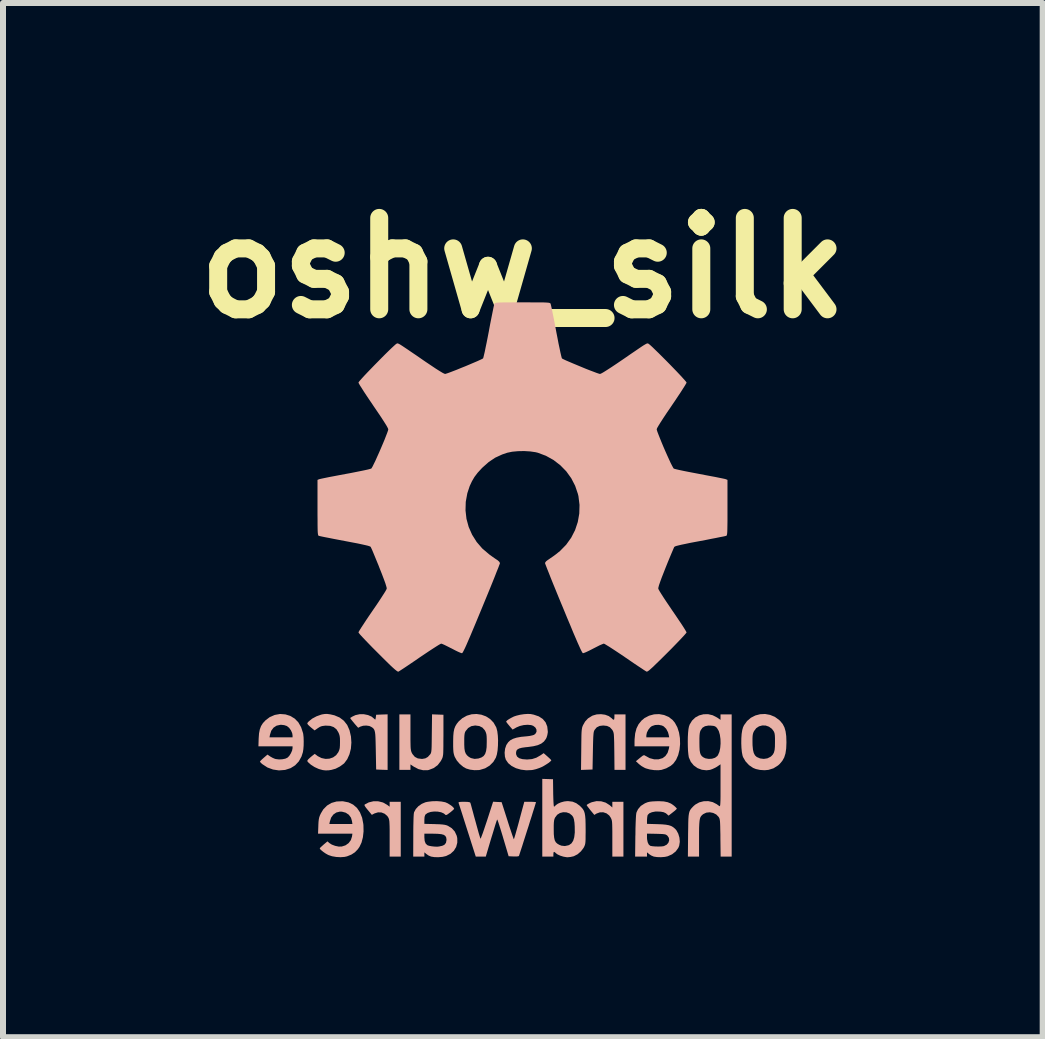
<source format=kicad_pcb>
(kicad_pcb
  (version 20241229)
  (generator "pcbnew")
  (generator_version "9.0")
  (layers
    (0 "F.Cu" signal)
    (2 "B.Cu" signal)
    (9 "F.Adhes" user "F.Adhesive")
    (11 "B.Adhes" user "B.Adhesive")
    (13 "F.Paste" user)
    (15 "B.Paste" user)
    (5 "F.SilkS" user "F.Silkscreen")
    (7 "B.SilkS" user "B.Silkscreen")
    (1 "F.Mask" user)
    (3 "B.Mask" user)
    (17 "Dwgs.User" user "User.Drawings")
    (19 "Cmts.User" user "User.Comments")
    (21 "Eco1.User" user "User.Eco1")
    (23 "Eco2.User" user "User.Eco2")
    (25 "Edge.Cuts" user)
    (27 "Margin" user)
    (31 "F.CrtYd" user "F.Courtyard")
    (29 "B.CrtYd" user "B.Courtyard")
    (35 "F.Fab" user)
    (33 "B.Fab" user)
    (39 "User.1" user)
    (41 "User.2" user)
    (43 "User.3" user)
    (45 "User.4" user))
  (footprint "oshw_silk"
    (layer "F.Cu")
    (at 5.668 6.618)
    (property "Reference" "oshw_silk" (at 0 -5.2 0) (layer "F.SilkS") (effects (font (size 1.524 1.524) (thickness 0.3))))
    (attr board_only exclude_from_pos_files exclude_from_bom)
    (fp_poly (pts (xy -2.569 3.711) (xy -2.636 3.746) (xy -2.641 3.755) (xy -2.636 3.77) (xy -2.618 3.797) (xy -2.587 3.836) (xy -2.585 3.838) (xy -2.518 3.919) (xy -2.473 3.895) (xy -2.415 3.877) (xy -2.357 3.879) (xy -2.303 3.901) (xy -2.259 3.94) (xy -2.241 3.968) (xy -2.235 3.983) (xy -2.23 4.001) (xy -2.226 4.026) (xy -2.224 4.06) (xy -2.222 4.107) (xy -2.221 4.17) (xy -2.221 4.251) (xy -2.221 4.311) (xy -2.221 4.615) (xy -2.036 4.615) (xy -2.036 3.701) (xy -2.221 3.701) (xy -2.221 3.783) (xy -2.261 3.753) (xy -2.331 3.713) (xy -2.41 3.693) (xy -2.49 3.692)) (stroke (width 0) (type solid)) (fill yes) (layer "B.SilkS"))
    (fp_poly (pts (xy 1.15 3.708) (xy 1.125 3.718) (xy 1.092 3.735) (xy 1.07 3.749) (xy 1.064 3.756) (xy 1.071 3.769) (xy 1.09 3.794) (xy 1.116 3.828) (xy 1.128 3.843) (xy 1.192 3.92) (xy 1.229 3.897) (xy 1.284 3.877) (xy 1.341 3.876) (xy 1.395 3.894) (xy 1.44 3.929) (xy 1.466 3.967) (xy 1.474 3.984) (xy 1.48 4) (xy 1.485 4.02) (xy 1.488 4.047) (xy 1.49 4.082) (xy 1.491 4.131) (xy 1.492 4.195) (xy 1.492 4.277) (xy 1.492 4.317) (xy 1.492 4.615) (xy 1.677 4.615) (xy 1.677 3.701) (xy 1.492 3.701) (xy 1.492 3.796) (xy 1.446 3.756) (xy 1.381 3.715) (xy 1.307 3.693) (xy 1.228 3.69)) (stroke (width 0) (type solid)) (fill yes) (layer "B.SilkS"))
    (fp_poly (pts (xy -2.722 2.241) (xy -2.791 2.256) (xy -2.842 2.28) (xy -2.88 2.304) (xy -2.858 2.335) (xy -2.837 2.361) (xy -2.809 2.395) (xy -2.791 2.416) (xy -2.746 2.467) (xy -2.71 2.448) (xy -2.663 2.433) (xy -2.61 2.43) (xy -2.56 2.437) (xy -2.53 2.451) (xy -2.509 2.464) (xy -2.493 2.478) (xy -2.481 2.494) (xy -2.472 2.515) (xy -2.465 2.544) (xy -2.46 2.584) (xy -2.457 2.638) (xy -2.455 2.707) (xy -2.453 2.796) (xy -2.452 2.845) (xy -2.446 3.163) (xy -2.351 3.167) (xy -2.255 3.17) (xy -2.255 2.243) (xy -2.351 2.246) (xy -2.446 2.25) (xy -2.452 2.295) (xy -2.457 2.323) (xy -2.462 2.331) (xy -2.472 2.323) (xy -2.474 2.321) (xy -2.52 2.282) (xy -2.581 2.255) (xy -2.65 2.241)) (stroke (width 0) (type solid)) (fill yes) (layer "B.SilkS"))
    (fp_poly (pts (xy -1.518 2.561) (xy -1.519 2.655) (xy -1.52 2.729) (xy -1.521 2.786) (xy -1.523 2.828) (xy -1.526 2.858) (xy -1.53 2.879) (xy -1.535 2.893) (xy -1.541 2.905) (xy -1.545 2.91) (xy -1.584 2.953) (xy -1.626 2.977) (xy -1.677 2.986) (xy -1.686 2.986) (xy -1.751 2.978) (xy -1.801 2.952) (xy -1.839 2.907) (xy -1.848 2.892) (xy -1.856 2.875) (xy -1.862 2.858) (xy -1.866 2.839) (xy -1.87 2.812) (xy -1.872 2.777) (xy -1.873 2.728) (xy -1.874 2.665) (xy -1.874 2.582) (xy -1.874 2.542) (xy -1.874 2.244) (xy -2.059 2.244) (xy -2.059 3.169) (xy -1.874 3.169) (xy -1.874 3.078) (xy -1.816 3.117) (xy -1.741 3.156) (xy -1.662 3.175) (xy -1.585 3.174) (xy -1.567 3.17) (xy -1.487 3.139) (xy -1.42 3.09) (xy -1.368 3.022) (xy -1.351 2.99) (xy -1.343 2.973) (xy -1.337 2.956) (xy -1.333 2.936) (xy -1.329 2.911) (xy -1.327 2.878) (xy -1.326 2.833) (xy -1.325 2.774) (xy -1.325 2.698) (xy -1.324 2.603) (xy -1.324 2.591) (xy -1.324 2.25) (xy -1.514 2.243)) (stroke (width 0) (type solid)) (fill yes) (layer "B.SilkS"))
    (fp_poly (pts (xy 1.231 2.244) (xy 1.165 2.263) (xy 1.151 2.27) (xy 1.086 2.311) (xy 1.038 2.363) (xy 1.004 2.423) (xy 0.996 2.441) (xy 0.99 2.458) (xy 0.986 2.478) (xy 0.982 2.504) (xy 0.979 2.539) (xy 0.977 2.585) (xy 0.976 2.645) (xy 0.975 2.723) (xy 0.974 2.821) (xy 0.974 2.826) (xy 0.97 3.17) (xy 1.162 3.163) (xy 1.168 2.851) (xy 1.17 2.757) (xy 1.172 2.682) (xy 1.174 2.625) (xy 1.177 2.583) (xy 1.18 2.552) (xy 1.184 2.531) (xy 1.19 2.515) (xy 1.196 2.503) (xy 1.232 2.46) (xy 1.281 2.436) (xy 1.341 2.429) (xy 1.403 2.436) (xy 1.451 2.458) (xy 1.489 2.499) (xy 1.494 2.507) (xy 1.502 2.521) (xy 1.508 2.535) (xy 1.513 2.552) (xy 1.517 2.576) (xy 1.519 2.609) (xy 1.521 2.654) (xy 1.523 2.714) (xy 1.524 2.792) (xy 1.525 2.86) (xy 1.528 3.169) (xy 1.712 3.169) (xy 1.712 2.244) (xy 1.527 2.244) (xy 1.527 2.29) (xy 1.524 2.323) (xy 1.516 2.334) (xy 1.498 2.325) (xy 1.481 2.308) (xy 1.433 2.272) (xy 1.371 2.249) (xy 1.302 2.24)) (stroke (width 0) (type solid)) (fill yes) (layer "B.SilkS"))
    (fp_poly (pts (xy 2.188 2.243) (xy 2.106 2.265) (xy 2.03 2.304) (xy 1.98 2.346) (xy 1.93 2.407) (xy 1.895 2.477) (xy 1.873 2.56) (xy 1.863 2.659) (xy 1.862 2.704) (xy 1.862 2.776) (xy 2.442 2.776) (xy 2.434 2.819) (xy 2.413 2.886) (xy 2.377 2.938) (xy 2.331 2.973) (xy 2.263 2.993) (xy 2.19 2.993) (xy 2.116 2.974) (xy 2.047 2.937) (xy 2.041 2.933) (xy 2.028 2.925) (xy 2.014 2.925) (xy 1.995 2.935) (xy 1.966 2.958) (xy 1.951 2.97) (xy 1.885 3.025) (xy 1.937 3.073) (xy 1.978 3.105) (xy 2.025 3.132) (xy 2.051 3.144) (xy 2.116 3.162) (xy 2.189 3.173) (xy 2.26 3.175) (xy 2.312 3.169) (xy 2.391 3.143) (xy 2.464 3.103) (xy 2.507 3.067) (xy 2.555 3.002) (xy 2.59 2.923) (xy 2.612 2.834) (xy 2.622 2.738) (xy 2.619 2.641) (xy 2.617 2.626) (xy 2.44 2.626) (xy 2.059 2.626) (xy 2.059 2.593) (xy 2.068 2.548) (xy 2.091 2.501) (xy 2.124 2.46) (xy 2.151 2.439) (xy 2.205 2.421) (xy 2.264 2.418) (xy 2.319 2.429) (xy 2.349 2.444) (xy 2.39 2.484) (xy 2.42 2.541) (xy 2.433 2.588) (xy 2.44 2.626) (xy 2.617 2.626) (xy 2.604 2.546) (xy 2.576 2.459) (xy 2.535 2.383) (xy 2.497 2.337) (xy 2.431 2.286) (xy 2.355 2.254) (xy 2.272 2.239)) (stroke (width 0) (type solid)) (fill yes) (layer "B.SilkS"))
    (fp_poly (pts (xy -3.106 3.696) (xy -3.191 3.72) (xy -3.265 3.764) (xy -3.327 3.827) (xy -3.367 3.893) (xy -3.384 3.929) (xy -3.395 3.96) (xy -3.402 3.993) (xy -3.407 4.035) (xy -3.41 4.092) (xy -3.41 4.102) (xy -3.415 4.233) (xy -2.842 4.233) (xy -2.849 4.281) (xy -2.868 4.34) (xy -2.905 4.39) (xy -2.957 4.427) (xy -3.019 4.447) (xy -3.07 4.448) (xy -3.129 4.436) (xy -3.185 4.415) (xy -3.225 4.39) (xy -3.258 4.361) (xy -3.321 4.414) (xy -3.352 4.442) (xy -3.376 4.464) (xy -3.386 4.476) (xy -3.387 4.476) (xy -3.381 4.49) (xy -3.359 4.511) (xy -3.327 4.537) (xy -3.289 4.563) (xy -3.25 4.585) (xy -3.239 4.59) (xy -3.182 4.609) (xy -3.112 4.621) (xy -3.04 4.625) (xy -2.973 4.62) (xy -2.932 4.611) (xy -2.858 4.581) (xy -2.8 4.543) (xy -2.752 4.493) (xy -2.724 4.453) (xy -2.69 4.381) (xy -2.667 4.293) (xy -2.656 4.195) (xy -2.658 4.093) (xy -2.66 4.073) (xy -2.66 4.071) (xy -2.842 4.071) (xy -3.226 4.071) (xy -3.219 4.034) (xy -3.197 3.965) (xy -3.16 3.914) (xy -3.111 3.88) (xy -3.051 3.865) (xy -3.016 3.866) (xy -2.953 3.883) (xy -2.902 3.917) (xy -2.866 3.966) (xy -2.849 4.023) (xy -2.842 4.071) (xy -2.66 4.071) (xy -2.68 3.967) (xy -2.716 3.877) (xy -2.766 3.803) (xy -2.83 3.748) (xy -2.907 3.711) (xy -2.997 3.693) (xy -3.009 3.692)) (stroke (width 0) (type solid)) (fill yes) (layer "B.SilkS"))
    (fp_poly (pts (xy -4.137 2.253) (xy -4.22 2.289) (xy -4.29 2.342) (xy -4.334 2.389) (xy -4.365 2.438) (xy -4.386 2.494) (xy -4.399 2.562) (xy -4.405 2.646) (xy -4.409 2.776) (xy -3.84 2.776) (xy -3.84 2.808) (xy -3.848 2.848) (xy -3.868 2.893) (xy -3.895 2.936) (xy -3.924 2.965) (xy -3.96 2.982) (xy -4.01 2.992) (xy -4.064 2.995) (xy -4.115 2.989) (xy -4.133 2.985) (xy -4.171 2.969) (xy -4.21 2.947) (xy -4.216 2.943) (xy -4.258 2.914) (xy -4.321 2.968) (xy -4.352 2.996) (xy -4.374 3.018) (xy -4.384 3.031) (xy -4.384 3.031) (xy -4.376 3.043) (xy -4.355 3.064) (xy -4.343 3.074) (xy -4.259 3.129) (xy -4.166 3.163) (xy -4.067 3.178) (xy -3.967 3.17) (xy -3.962 3.169) (xy -3.872 3.14) (xy -3.797 3.093) (xy -3.736 3.028) (xy -3.691 2.947) (xy -3.668 2.875) (xy -3.66 2.826) (xy -3.655 2.762) (xy -3.654 2.693) (xy -3.656 2.626) (xy -3.656 2.626) (xy -3.84 2.626) (xy -4.224 2.626) (xy -4.216 2.582) (xy -4.195 2.516) (xy -4.157 2.465) (xy -4.107 2.432) (xy -4.045 2.418) (xy -4.032 2.417) (xy -3.979 2.423) (xy -3.934 2.438) (xy -3.933 2.439) (xy -3.897 2.468) (xy -3.866 2.511) (xy -3.846 2.558) (xy -3.84 2.593) (xy -3.84 2.626) (xy -3.656 2.626) (xy -3.662 2.571) (xy -3.665 2.556) (xy -3.697 2.458) (xy -3.743 2.377) (xy -3.804 2.314) (xy -3.879 2.269) (xy -3.958 2.244) (xy -4.049 2.237)) (stroke (width 0) (type solid)) (fill yes) (layer "B.SilkS"))
    (fp_poly (pts (xy -3.304 2.237) (xy -3.347 2.244) (xy -3.366 2.249) (xy -3.441 2.276) (xy -3.512 2.314) (xy -3.569 2.36) (xy -3.574 2.365) (xy -3.591 2.385) (xy -3.594 2.399) (xy -3.582 2.415) (xy -3.579 2.419) (xy -3.556 2.441) (xy -3.525 2.468) (xy -3.514 2.477) (xy -3.472 2.511) (xy -3.418 2.473) (xy -3.383 2.451) (xy -3.35 2.439) (xy -3.308 2.433) (xy -3.287 2.431) (xy -3.213 2.435) (xy -3.155 2.455) (xy -3.108 2.492) (xy -3.078 2.54) (xy -3.064 2.571) (xy -3.055 2.602) (xy -3.05 2.639) (xy -3.049 2.69) (xy -3.049 2.707) (xy -3.05 2.763) (xy -3.053 2.805) (xy -3.061 2.837) (xy -3.074 2.868) (xy -3.075 2.871) (xy -3.113 2.924) (xy -3.164 2.961) (xy -3.225 2.982) (xy -3.29 2.986) (xy -3.357 2.972) (xy -3.42 2.94) (xy -3.429 2.933) (xy -3.47 2.902) (xy -3.514 2.936) (xy -3.545 2.962) (xy -3.572 2.987) (xy -3.579 2.994) (xy -3.593 3.013) (xy -3.592 3.027) (xy -3.579 3.043) (xy -3.533 3.084) (xy -3.473 3.122) (xy -3.408 3.152) (xy -3.386 3.159) (xy -3.334 3.173) (xy -3.287 3.178) (xy -3.236 3.176) (xy -3.192 3.169) (xy -3.121 3.149) (xy -3.051 3.113) (xy -2.989 3.068) (xy -2.977 3.057) (xy -2.928 2.991) (xy -2.891 2.909) (xy -2.867 2.815) (xy -2.859 2.714) (xy -2.866 2.613) (xy -2.89 2.508) (xy -2.929 2.42) (xy -2.984 2.35) (xy -3.055 2.296) (xy -3.142 2.259) (xy -3.212 2.243) (xy -3.263 2.236)) (stroke (width 0) (type solid)) (fill yes) (layer "B.SilkS"))
    (fp_poly (pts (xy 3.956 2.241) (xy 3.876 2.262) (xy 3.802 2.3) (xy 3.739 2.354) (xy 3.688 2.424) (xy 3.671 2.46) (xy 3.658 2.507) (xy 3.648 2.57) (xy 3.643 2.645) (xy 3.642 2.724) (xy 3.645 2.802) (xy 3.652 2.873) (xy 3.663 2.93) (xy 3.671 2.955) (xy 3.713 3.027) (xy 3.77 3.089) (xy 3.839 3.136) (xy 3.886 3.155) (xy 3.955 3.17) (xy 4.03 3.175) (xy 4.095 3.169) (xy 4.179 3.143) (xy 4.255 3.095) (xy 4.283 3.07) (xy 4.326 3.019) (xy 4.358 2.962) (xy 4.379 2.895) (xy 4.391 2.813) (xy 4.395 2.714) (xy 4.395 2.707) (xy 4.204 2.707) (xy 4.203 2.781) (xy 4.198 2.837) (xy 4.187 2.879) (xy 4.17 2.911) (xy 4.145 2.938) (xy 4.128 2.952) (xy 4.077 2.977) (xy 4.017 2.986) (xy 3.955 2.978) (xy 3.9 2.954) (xy 3.9 2.954) (xy 3.871 2.927) (xy 3.85 2.887) (xy 3.837 2.833) (xy 3.83 2.76) (xy 3.829 2.706) (xy 3.829 2.645) (xy 3.831 2.602) (xy 3.836 2.57) (xy 3.844 2.545) (xy 3.855 2.522) (xy 3.891 2.474) (xy 3.938 2.443) (xy 3.993 2.428) (xy 4.05 2.43) (xy 4.104 2.449) (xy 4.152 2.484) (xy 4.181 2.522) (xy 4.191 2.542) (xy 4.198 2.565) (xy 4.202 2.595) (xy 4.204 2.639) (xy 4.204 2.7) (xy 4.204 2.707) (xy 4.395 2.707) (xy 4.392 2.608) (xy 4.381 2.527) (xy 4.362 2.461) (xy 4.333 2.405) (xy 4.292 2.355) (xy 4.274 2.338) (xy 4.202 2.285) (xy 4.122 2.252) (xy 4.039 2.237)) (stroke (width 0) (type solid)) (fill yes) (layer "B.SilkS"))
    (fp_poly (pts (xy -0.854 2.242) (xy -0.934 2.265) (xy -1.009 2.307) (xy -1.069 2.36) (xy -1.102 2.401) (xy -1.126 2.441) (xy -1.143 2.485) (xy -1.154 2.538) (xy -1.16 2.604) (xy -1.162 2.687) (xy -1.162 2.712) (xy -1.162 2.782) (xy -1.16 2.834) (xy -1.157 2.873) (xy -1.151 2.904) (xy -1.143 2.932) (xy -1.136 2.951) (xy -1.102 3.012) (xy -1.052 3.07) (xy -0.993 3.119) (xy -0.945 3.146) (xy -0.881 3.165) (xy -0.807 3.174) (xy -0.733 3.172) (xy -0.715 3.169) (xy -0.629 3.143) (xy -0.554 3.098) (xy -0.492 3.036) (xy -0.45 2.965) (xy -0.433 2.912) (xy -0.421 2.843) (xy -0.415 2.763) (xy -0.414 2.706) (xy -0.602 2.706) (xy -0.604 2.791) (xy -0.613 2.855) (xy -0.629 2.903) (xy -0.654 2.938) (xy -0.69 2.962) (xy -0.737 2.978) (xy -0.737 2.979) (xy -0.805 2.986) (xy -0.866 2.972) (xy -0.901 2.952) (xy -0.931 2.926) (xy -0.952 2.897) (xy -0.966 2.861) (xy -0.974 2.813) (xy -0.977 2.749) (xy -0.977 2.707) (xy -0.977 2.644) (xy -0.975 2.599) (xy -0.971 2.567) (xy -0.965 2.544) (xy -0.955 2.523) (xy -0.954 2.522) (xy -0.912 2.471) (xy -0.859 2.44) (xy -0.795 2.429) (xy -0.793 2.429) (xy -0.726 2.438) (xy -0.674 2.464) (xy -0.635 2.508) (xy -0.627 2.522) (xy -0.616 2.547) (xy -0.608 2.574) (xy -0.604 2.607) (xy -0.602 2.652) (xy -0.602 2.706) (xy -0.414 2.706) (xy -0.413 2.68) (xy -0.417 2.599) (xy -0.426 2.525) (xy -0.441 2.467) (xy -0.445 2.457) (xy -0.488 2.381) (xy -0.546 2.321) (xy -0.614 2.277) (xy -0.691 2.249) (xy -0.772 2.237)) (stroke (width 0) (type solid)) (fill yes) (layer "B.SilkS"))
    (fp_poly (pts (xy 0.324 4.615) (xy 0.509 4.615) (xy 0.509 4.575) (xy 0.512 4.544) (xy 0.522 4.536) (xy 0.541 4.548) (xy 0.549 4.557) (xy 0.579 4.579) (xy 0.625 4.6) (xy 0.677 4.616) (xy 0.728 4.625) (xy 0.749 4.626) (xy 0.795 4.621) (xy 0.841 4.611) (xy 0.851 4.608) (xy 0.913 4.576) (xy 0.969 4.527) (xy 1.012 4.47) (xy 1.02 4.456) (xy 1.029 4.436) (xy 1.036 4.417) (xy 1.041 4.394) (xy 1.044 4.365) (xy 1.046 4.325) (xy 1.046 4.27) (xy 1.047 4.214) (xy 0.866 4.214) (xy 0.857 4.292) (xy 0.839 4.351) (xy 0.811 4.394) (xy 0.773 4.421) (xy 0.761 4.426) (xy 0.701 4.439) (xy 0.644 4.433) (xy 0.606 4.418) (xy 0.573 4.398) (xy 0.549 4.375) (xy 0.532 4.343) (xy 0.522 4.299) (xy 0.516 4.24) (xy 0.515 4.161) (xy 0.515 4.158) (xy 0.515 4.093) (xy 0.517 4.047) (xy 0.521 4.013) (xy 0.527 3.988) (xy 0.537 3.965) (xy 0.539 3.962) (xy 0.573 3.917) (xy 0.619 3.888) (xy 0.672 3.875) (xy 0.727 3.877) (xy 0.778 3.895) (xy 0.82 3.929) (xy 0.84 3.958) (xy 0.852 3.994) (xy 0.861 4.05) (xy 0.865 4.116) (xy 0.866 4.214) (xy 1.047 4.214) (xy 1.047 4.198) (xy 1.047 4.164) (xy 1.046 4.069) (xy 1.044 3.994) (xy 1.039 3.936) (xy 1.031 3.89) (xy 1.019 3.854) (xy 1.001 3.823) (xy 0.978 3.796) (xy 0.949 3.767) (xy 0.89 3.724) (xy 0.829 3.699) (xy 0.756 3.69) (xy 0.739 3.69) (xy 0.688 3.696) (xy 0.634 3.711) (xy 0.586 3.732) (xy 0.55 3.757) (xy 0.545 3.763) (xy 0.528 3.779) (xy 0.519 3.782) (xy 0.516 3.771) (xy 0.513 3.741) (xy 0.51 3.694) (xy 0.508 3.634) (xy 0.506 3.566) (xy 0.506 3.554) (xy 0.503 3.325) (xy 0.414 3.322) (xy 0.324 3.319)) (stroke (width 0) (type solid)) (fill yes) (layer "B.SilkS"))
    (fp_poly (pts (xy 0.02 2.24) (xy -0.046 2.25) (xy -0.107 2.265) (xy -0.149 2.279) (xy -0.193 2.301) (xy -0.232 2.323) (xy -0.262 2.344) (xy -0.277 2.36) (xy -0.278 2.364) (xy -0.271 2.377) (xy -0.252 2.402) (xy -0.226 2.433) (xy -0.225 2.435) (xy -0.171 2.497) (xy -0.107 2.461) (xy -0.05 2.437) (xy 0.014 2.422) (xy 0.079 2.417) (xy 0.137 2.422) (xy 0.172 2.434) (xy 0.208 2.462) (xy 0.227 2.497) (xy 0.228 2.534) (xy 0.21 2.566) (xy 0.186 2.585) (xy 0.157 2.594) (xy 0.115 2.603) (xy 0.068 2.609) (xy 0.067 2.609) (xy -0.029 2.618) (xy -0.105 2.632) (xy -0.164 2.651) (xy -0.21 2.676) (xy -0.245 2.709) (xy -0.273 2.751) (xy -0.276 2.756) (xy -0.296 2.815) (xy -0.304 2.882) (xy -0.299 2.948) (xy -0.284 2.999) (xy -0.244 3.057) (xy -0.187 3.104) (xy -0.115 3.141) (xy -0.032 3.165) (xy 0.057 3.176) (xy 0.15 3.172) (xy 0.173 3.168) (xy 0.219 3.157) (xy 0.272 3.139) (xy 0.311 3.123) (xy 0.353 3.101) (xy 0.395 3.075) (xy 0.433 3.05) (xy 0.46 3.027) (xy 0.474 3.012) (xy 0.474 3.009) (xy 0.466 2.998) (xy 0.445 2.977) (xy 0.414 2.949) (xy 0.411 2.946) (xy 0.347 2.89) (xy 0.295 2.926) (xy 0.225 2.966) (xy 0.153 2.989) (xy 0.071 2.996) (xy 0.068 2.996) (xy -0.007 2.99) (xy -0.062 2.974) (xy -0.097 2.946) (xy -0.113 2.907) (xy -0.113 2.878) (xy -0.107 2.849) (xy -0.09 2.828) (xy -0.061 2.812) (xy -0.016 2.8) (xy 0.047 2.791) (xy 0.081 2.788) (xy 0.175 2.775) (xy 0.249 2.757) (xy 0.307 2.731) (xy 0.351 2.697) (xy 0.384 2.653) (xy 0.395 2.631) (xy 0.408 2.59) (xy 0.416 2.543) (xy 0.416 2.529) (xy 0.407 2.446) (xy 0.379 2.376) (xy 0.332 2.32) (xy 0.266 2.277) (xy 0.181 2.248) (xy 0.131 2.238) (xy 0.082 2.236)) (stroke (width 0) (type solid)) (fill yes) (layer "B.SilkS"))
    (fp_poly (pts (xy 2.22 3.692) (xy 2.16 3.695) (xy 2.116 3.7) (xy 2.081 3.708) (xy 2.048 3.721) (xy 2.031 3.729) (xy 1.967 3.77) (xy 1.921 3.824) (xy 1.896 3.875) (xy 1.891 3.896) (xy 1.887 3.932) (xy 1.884 3.985) (xy 1.881 4.056) (xy 1.878 4.147) (xy 1.877 4.26) (xy 1.876 4.265) (xy 1.872 4.615) (xy 2.07 4.615) (xy 2.07 4.544) (xy 2.105 4.573) (xy 2.141 4.597) (xy 2.181 4.614) (xy 2.184 4.615) (xy 2.238 4.623) (xy 2.302 4.625) (xy 2.367 4.62) (xy 2.414 4.61) (xy 2.488 4.577) (xy 2.549 4.529) (xy 2.592 4.47) (xy 2.607 4.433) (xy 2.617 4.369) (xy 2.615 4.343) (xy 2.44 4.343) (xy 2.427 4.383) (xy 2.399 4.416) (xy 2.356 4.438) (xy 2.342 4.442) (xy 2.306 4.446) (xy 2.259 4.447) (xy 2.208 4.446) (xy 2.161 4.442) (xy 2.128 4.436) (xy 2.123 4.434) (xy 2.099 4.413) (xy 2.081 4.375) (xy 2.071 4.323) (xy 2.07 4.297) (xy 2.07 4.232) (xy 2.226 4.235) (xy 2.289 4.237) (xy 2.333 4.239) (xy 2.364 4.243) (xy 2.384 4.248) (xy 2.398 4.257) (xy 2.411 4.267) (xy 2.435 4.303) (xy 2.44 4.343) (xy 2.615 4.343) (xy 2.611 4.299) (xy 2.591 4.232) (xy 2.559 4.174) (xy 2.537 4.15) (xy 2.506 4.124) (xy 2.473 4.105) (xy 2.434 4.092) (xy 2.385 4.083) (xy 2.32 4.077) (xy 2.241 4.074) (xy 2.07 4.069) (xy 2.07 4.006) (xy 2.073 3.966) (xy 2.078 3.932) (xy 2.083 3.919) (xy 2.109 3.893) (xy 2.152 3.875) (xy 2.208 3.864) (xy 2.236 3.863) (xy 2.301 3.866) (xy 2.348 3.875) (xy 2.384 3.892) (xy 2.4 3.905) (xy 2.43 3.932) (xy 2.499 3.878) (xy 2.532 3.852) (xy 2.556 3.83) (xy 2.567 3.817) (xy 2.568 3.816) (xy 2.56 3.804) (xy 2.539 3.783) (xy 2.519 3.765) (xy 2.47 3.731) (xy 2.415 3.708) (xy 2.35 3.695) (xy 2.269 3.691)) (stroke (width 0) (type solid)) (fill yes) (layer "B.SilkS"))
    (fp_poly (pts (xy -1.512 3.692) (xy -1.586 3.701) (xy -1.624 3.709) (xy -1.685 3.735) (xy -1.741 3.774) (xy -1.785 3.822) (xy -1.813 3.874) (xy -1.815 3.881) (xy -1.819 3.907) (xy -1.822 3.955) (xy -1.824 4.022) (xy -1.826 4.107) (xy -1.827 4.207) (xy -1.827 4.271) (xy -1.828 4.615) (xy -1.642 4.615) (xy -1.642 4.544) (xy -1.607 4.573) (xy -1.572 4.597) (xy -1.532 4.614) (xy -1.529 4.615) (xy -1.472 4.624) (xy -1.405 4.625) (xy -1.338 4.619) (xy -1.282 4.606) (xy -1.281 4.606) (xy -1.207 4.569) (xy -1.15 4.517) (xy -1.112 4.454) (xy -1.093 4.383) (xy -1.093 4.34) (xy -1.273 4.34) (xy -1.282 4.386) (xy -1.309 4.419) (xy -1.344 4.435) (xy -1.377 4.442) (xy -1.394 4.446) (xy -1.428 4.45) (xy -1.473 4.448) (xy -1.52 4.443) (xy -1.563 4.435) (xy -1.591 4.425) (xy -1.593 4.424) (xy -1.621 4.396) (xy -1.637 4.354) (xy -1.642 4.295) (xy -1.642 4.29) (xy -1.642 4.233) (xy -1.497 4.233) (xy -1.418 4.235) (xy -1.36 4.241) (xy -1.319 4.252) (xy -1.293 4.27) (xy -1.278 4.296) (xy -1.273 4.331) (xy -1.273 4.34) (xy -1.093 4.34) (xy -1.094 4.305) (xy -1.103 4.266) (xy -1.135 4.197) (xy -1.185 4.142) (xy -1.249 4.102) (xy -1.274 4.092) (xy -1.302 4.085) (xy -1.338 4.08) (xy -1.387 4.076) (xy -1.453 4.074) (xy -1.472 4.073) (xy -1.642 4.069) (xy -1.642 4.002) (xy -1.639 3.953) (xy -1.628 3.921) (xy -1.622 3.912) (xy -1.587 3.887) (xy -1.536 3.87) (xy -1.478 3.863) (xy -1.418 3.865) (xy -1.362 3.876) (xy -1.317 3.896) (xy -1.297 3.913) (xy -1.287 3.922) (xy -1.275 3.921) (xy -1.255 3.911) (xy -1.223 3.887) (xy -1.213 3.88) (xy -1.18 3.853) (xy -1.156 3.831) (xy -1.145 3.818) (xy -1.145 3.818) (xy -1.155 3.8) (xy -1.179 3.776) (xy -1.214 3.751) (xy -1.252 3.727) (xy -1.288 3.711) (xy -1.297 3.708) (xy -1.359 3.696) (xy -1.434 3.69)) (stroke (width 0) (type solid)) (fill yes) (layer "B.SilkS"))
    (fp_poly (pts (xy -0.597 4.013) (xy -0.624 4.093) (xy -0.648 4.165) (xy -0.669 4.226) (xy -0.687 4.273) (xy -0.699 4.305) (xy -0.706 4.317) (xy -0.706 4.317) (xy -0.711 4.304) (xy -0.721 4.272) (xy -0.736 4.223) (xy -0.753 4.161) (xy -0.773 4.089) (xy -0.792 4.019) (xy -0.814 3.941) (xy -0.833 3.869) (xy -0.85 3.808) (xy -0.863 3.759) (xy -0.872 3.728) (xy -0.876 3.716) (xy -0.889 3.708) (xy -0.922 3.703) (xy -0.976 3.701) (xy -0.98 3.701) (xy -1.03 3.702) (xy -1.06 3.705) (xy -1.072 3.711) (xy -1.073 3.716) (xy -1.068 3.731) (xy -1.057 3.764) (xy -1.041 3.813) (xy -1.022 3.872) (xy -1.001 3.938) (xy -1.001 3.938) (xy -0.975 4.02) (xy -0.945 4.114) (xy -0.913 4.214) (xy -0.882 4.311) (xy -0.86 4.381) (xy -0.785 4.615) (xy -0.618 4.615) (xy -0.527 4.308) (xy -0.502 4.228) (xy -0.48 4.155) (xy -0.461 4.092) (xy -0.445 4.043) (xy -0.434 4.01) (xy -0.428 3.996) (xy -0.428 3.996) (xy -0.423 4.005) (xy -0.412 4.034) (xy -0.397 4.08) (xy -0.378 4.139) (xy -0.356 4.21) (xy -0.332 4.289) (xy -0.329 4.3) (xy -0.237 4.609) (xy -0.153 4.613) (xy -0.105 4.613) (xy -0.076 4.61) (xy -0.064 4.602) (xy -0.064 4.601) (xy -0.058 4.583) (xy -0.046 4.546) (xy -0.029 4.494) (xy -0.008 4.43) (xy 0.015 4.356) (xy 0.041 4.275) (xy 0.068 4.19) (xy 0.096 4.104) (xy 0.122 4.019) (xy 0.148 3.939) (xy 0.17 3.867) (xy 0.19 3.805) (xy 0.205 3.756) (xy 0.215 3.722) (xy 0.22 3.708) (xy 0.22 3.708) (xy 0.209 3.705) (xy 0.181 3.703) (xy 0.14 3.701) (xy 0.122 3.701) (xy 0.024 3.701) (xy 0.014 3.739) (xy 0.008 3.76) (xy -0.003 3.801) (xy -0.018 3.856) (xy -0.036 3.923) (xy -0.056 3.998) (xy -0.07 4.051) (xy -0.091 4.127) (xy -0.11 4.194) (xy -0.126 4.251) (xy -0.139 4.294) (xy -0.147 4.319) (xy -0.15 4.326) (xy -0.155 4.315) (xy -0.166 4.285) (xy -0.182 4.239) (xy -0.202 4.179) (xy -0.226 4.108) (xy -0.251 4.029) (xy -0.255 4.016) (xy -0.354 3.707) (xy -0.425 3.704) (xy -0.496 3.7)) (stroke (width 0) (type solid)) (fill yes) (layer "B.SilkS"))
    (fp_poly (pts (xy 3.011 2.242) (xy 2.939 2.261) (xy 2.875 2.296) (xy 2.821 2.348) (xy 2.781 2.414) (xy 2.769 2.449) (xy 2.761 2.491) (xy 2.755 2.551) (xy 2.751 2.622) (xy 2.75 2.7) (xy 2.751 2.778) (xy 2.754 2.851) (xy 2.76 2.912) (xy 2.767 2.958) (xy 2.769 2.964) (xy 2.801 3.036) (xy 2.85 3.095) (xy 2.913 3.14) (xy 2.985 3.167) (xy 3.062 3.176) (xy 3.12 3.169) (xy 3.161 3.155) (xy 3.208 3.133) (xy 3.236 3.117) (xy 3.296 3.076) (xy 3.296 3.43) (xy 3.296 3.533) (xy 3.296 3.615) (xy 3.295 3.678) (xy 3.293 3.723) (xy 3.291 3.753) (xy 3.287 3.77) (xy 3.284 3.775) (xy 3.282 3.775) (xy 3.263 3.763) (xy 3.237 3.744) (xy 3.233 3.741) (xy 3.167 3.707) (xy 3.092 3.69) (xy 3.015 3.692) (xy 2.941 3.711) (xy 2.875 3.748) (xy 2.847 3.772) (xy 2.824 3.796) (xy 2.805 3.817) (xy 2.79 3.839) (xy 2.778 3.865) (xy 2.77 3.896) (xy 2.764 3.936) (xy 2.76 3.988) (xy 2.758 4.054) (xy 2.757 4.137) (xy 2.755 4.24) (xy 2.755 4.259) (xy 2.752 4.615) (xy 2.938 4.615) (xy 2.938 4.311) (xy 2.938 4.211) (xy 2.939 4.131) (xy 2.942 4.068) (xy 2.946 4.021) (xy 2.952 3.985) (xy 2.961 3.958) (xy 2.974 3.938) (xy 2.99 3.921) (xy 3.009 3.906) (xy 3.059 3.882) (xy 3.117 3.876) (xy 3.174 3.887) (xy 3.225 3.913) (xy 3.264 3.953) (xy 3.265 3.955) (xy 3.273 3.968) (xy 3.279 3.982) (xy 3.283 4) (xy 3.287 4.025) (xy 3.289 4.06) (xy 3.291 4.107) (xy 3.292 4.17) (xy 3.294 4.251) (xy 3.294 4.306) (xy 3.298 4.615) (xy 3.482 4.615) (xy 3.482 2.73) (xy 3.297 2.73) (xy 3.291 2.804) (xy 3.277 2.87) (xy 3.254 2.922) (xy 3.243 2.938) (xy 3.205 2.967) (xy 3.154 2.983) (xy 3.098 2.986) (xy 3.043 2.976) (xy 3.012 2.961) (xy 2.986 2.942) (xy 2.968 2.918) (xy 2.956 2.887) (xy 2.948 2.843) (xy 2.945 2.783) (xy 2.944 2.712) (xy 2.944 2.643) (xy 2.946 2.593) (xy 2.95 2.557) (xy 2.956 2.53) (xy 2.965 2.509) (xy 2.995 2.466) (xy 3.037 2.441) (xy 3.093 2.43) (xy 3.134 2.431) (xy 3.177 2.435) (xy 3.204 2.443) (xy 3.224 2.457) (xy 3.24 2.475) (xy 3.267 2.521) (xy 3.285 2.583) (xy 3.295 2.655) (xy 3.297 2.73) (xy 3.482 2.73) (xy 3.482 2.244) (xy 3.296 2.244) (xy 3.296 2.335) (xy 3.239 2.296) (xy 3.165 2.258) (xy 3.088 2.24)) (stroke (width 0) (type solid)) (fill yes) (layer "B.SilkS"))
    (fp_poly (pts (xy -0.121 -4.627) (xy -0.214 -4.626) (xy -0.289 -4.626) (xy -0.348 -4.625) (xy -0.392 -4.624) (xy -0.424 -4.622) (xy -0.445 -4.62) (xy -0.459 -4.616) (xy -0.468 -4.612) (xy -0.472 -4.607) (xy -0.474 -4.604) (xy -0.479 -4.588) (xy -0.487 -4.552) (xy -0.498 -4.498) (xy -0.512 -4.429) (xy -0.528 -4.349) (xy -0.546 -4.258) (xy -0.564 -4.161) (xy -0.567 -4.144) (xy -0.586 -4.046) (xy -0.604 -3.955) (xy -0.621 -3.874) (xy -0.635 -3.804) (xy -0.648 -3.749) (xy -0.657 -3.711) (xy -0.663 -3.693) (xy -0.664 -3.692) (xy -0.679 -3.683) (xy -0.713 -3.667) (xy -0.761 -3.645) (xy -0.82 -3.62) (xy -0.888 -3.591) (xy -0.959 -3.561) (xy -1.032 -3.532) (xy -1.102 -3.503) (xy -1.167 -3.478) (xy -1.222 -3.457) (xy -1.264 -3.442) (xy -1.291 -3.434) (xy -1.296 -3.433) (xy -1.312 -3.438) (xy -1.343 -3.454) (xy -1.389 -3.482) (xy -1.451 -3.521) (xy -1.53 -3.574) (xy -1.627 -3.639) (xy -1.682 -3.677) (xy -1.779 -3.744) (xy -1.859 -3.798) (xy -1.923 -3.842) (xy -1.974 -3.876) (xy -2.013 -3.902) (xy -2.041 -3.92) (xy -2.062 -3.932) (xy -2.077 -3.939) (xy -2.086 -3.942) (xy -2.094 -3.942) (xy -2.1 -3.94) (xy -2.103 -3.939) (xy -2.118 -3.929) (xy -2.146 -3.904) (xy -2.185 -3.868) (xy -2.234 -3.821) (xy -2.289 -3.767) (xy -2.349 -3.707) (xy -2.411 -3.644) (xy -2.474 -3.58) (xy -2.535 -3.517) (xy -2.592 -3.458) (xy -2.643 -3.404) (xy -2.685 -3.358) (xy -2.717 -3.322) (xy -2.736 -3.298) (xy -2.741 -3.289) (xy -2.735 -3.275) (xy -2.717 -3.243) (xy -2.688 -3.198) (xy -2.651 -3.139) (xy -2.606 -3.071) (xy -2.555 -2.995) (xy -2.5 -2.914) (xy -2.493 -2.903) (xy -2.418 -2.793) (xy -2.356 -2.701) (xy -2.308 -2.626) (xy -2.273 -2.57) (xy -2.252 -2.531) (xy -2.244 -2.511) (xy -2.244 -2.511) (xy -2.248 -2.49) (xy -2.261 -2.453) (xy -2.281 -2.401) (xy -2.305 -2.339) (xy -2.334 -2.27) (xy -2.365 -2.197) (xy -2.397 -2.123) (xy -2.429 -2.052) (xy -2.458 -1.987) (xy -2.485 -1.932) (xy -2.506 -1.889) (xy -2.522 -1.862) (xy -2.528 -1.855) (xy -2.544 -1.85) (xy -2.581 -1.84) (xy -2.635 -1.828) (xy -2.703 -1.814) (xy -2.783 -1.798) (xy -2.873 -1.78) (xy -2.961 -1.764) (xy -3.057 -1.746) (xy -3.146 -1.729) (xy -3.226 -1.714) (xy -3.294 -1.7) (xy -3.347 -1.689) (xy -3.383 -1.681) (xy -3.398 -1.677) (xy -3.424 -1.666) (xy -3.424 -1.204) (xy -3.424 -1.089) (xy -3.423 -0.994) (xy -3.423 -0.918) (xy -3.422 -0.858) (xy -3.421 -0.814) (xy -3.419 -0.782) (xy -3.416 -0.76) (xy -3.413 -0.746) (xy -3.409 -0.738) (xy -3.404 -0.734) (xy -3.403 -0.734) (xy -3.388 -0.73) (xy -3.352 -0.722) (xy -3.299 -0.711) (xy -3.231 -0.698) (xy -3.151 -0.682) (xy -3.062 -0.665) (xy -2.967 -0.647) (xy -2.852 -0.625) (xy -2.757 -0.607) (xy -2.682 -0.591) (xy -2.624 -0.578) (xy -2.582 -0.568) (xy -2.555 -0.559) (xy -2.54 -0.552) (xy -2.537 -0.549) (xy -2.53 -0.534) (xy -2.514 -0.5) (xy -2.493 -0.45) (xy -2.467 -0.387) (xy -2.437 -0.314) (xy -2.404 -0.234) (xy -2.394 -0.207) (xy -2.351 -0.099) (xy -2.318 -0.012) (xy -2.293 0.056) (xy -2.278 0.105) (xy -2.27 0.136) (xy -2.27 0.148) (xy -2.277 0.164) (xy -2.296 0.198) (xy -2.326 0.245) (xy -2.364 0.304) (xy -2.409 0.373) (xy -2.46 0.448) (xy -2.508 0.518) (xy -2.562 0.597) (xy -2.612 0.671) (xy -2.655 0.737) (xy -2.692 0.793) (xy -2.719 0.836) (xy -2.736 0.865) (xy -2.741 0.877) (xy -2.733 0.889) (xy -2.711 0.916) (xy -2.675 0.955) (xy -2.628 1.005) (xy -2.572 1.063) (xy -2.508 1.129) (xy -2.438 1.199) (xy -2.419 1.218) (xy -2.336 1.301) (xy -2.267 1.369) (xy -2.211 1.424) (xy -2.167 1.465) (xy -2.133 1.495) (xy -2.108 1.515) (xy -2.091 1.527) (xy -2.08 1.531) (xy -2.075 1.531) (xy -2.061 1.523) (xy -2.03 1.503) (xy -1.984 1.473) (xy -1.927 1.435) (xy -1.859 1.389) (xy -1.785 1.339) (xy -1.719 1.293) (xy -1.64 1.24) (xy -1.567 1.191) (xy -1.501 1.148) (xy -1.445 1.112) (xy -1.402 1.085) (xy -1.373 1.069) (xy -1.362 1.064) (xy -1.344 1.069) (xy -1.31 1.084) (xy -1.265 1.106) (xy -1.212 1.133) (xy -1.187 1.145) (xy -1.132 1.174) (xy -1.083 1.198) (xy -1.044 1.215) (xy -1.019 1.223) (xy -1.014 1.224) (xy -1.008 1.218) (xy -0.998 1.203) (xy -0.984 1.176) (xy -0.965 1.138) (xy -0.941 1.085) (xy -0.912 1.018) (xy -0.876 0.935) (xy -0.834 0.835) (xy -0.784 0.716) (xy -0.727 0.578) (xy -0.687 0.482) (xy -0.636 0.358) (xy -0.587 0.239) (xy -0.542 0.129) (xy -0.501 0.028) (xy -0.465 -0.062) (xy -0.435 -0.139) (xy -0.41 -0.2) (xy -0.393 -0.246) (xy -0.383 -0.272) (xy -0.382 -0.279) (xy -0.392 -0.3) (xy -0.419 -0.325) (xy -0.431 -0.333) (xy -0.464 -0.355) (xy -0.507 -0.385) (xy -0.553 -0.418) (xy -0.563 -0.426) (xy -0.676 -0.522) (xy -0.77 -0.631) (xy -0.846 -0.752) (xy -0.903 -0.881) (xy -0.94 -1.017) (xy -0.956 -1.157) (xy -0.952 -1.3) (xy -0.926 -1.443) (xy -0.886 -1.564) (xy -0.849 -1.643) (xy -0.807 -1.715) (xy -0.754 -1.785) (xy -0.686 -1.859) (xy -0.671 -1.874) (xy -0.568 -1.965) (xy -0.462 -2.036) (xy -0.345 -2.09) (xy -0.26 -2.119) (xy -0.178 -2.136) (xy -0.081 -2.145) (xy 0.021 -2.147) (xy 0.122 -2.141) (xy 0.212 -2.128) (xy 0.249 -2.119) (xy 0.385 -2.068) (xy 0.511 -1.998) (xy 0.624 -1.911) (xy 0.724 -1.809) (xy 0.807 -1.694) (xy 0.872 -1.568) (xy 0.918 -1.432) (xy 0.927 -1.395) (xy 0.945 -1.249) (xy 0.941 -1.105) (xy 0.916 -0.964) (xy 0.871 -0.829) (xy 0.806 -0.702) (xy 0.722 -0.585) (xy 0.62 -0.481) (xy 0.552 -0.426) (xy 0.507 -0.393) (xy 0.462 -0.362) (xy 0.426 -0.337) (xy 0.419 -0.333) (xy 0.387 -0.308) (xy 0.371 -0.285) (xy 0.37 -0.279) (xy 0.374 -0.265) (xy 0.387 -0.231) (xy 0.407 -0.179) (xy 0.434 -0.112) (xy 0.466 -0.03) (xy 0.504 0.064) (xy 0.547 0.169) (xy 0.593 0.282) (xy 0.643 0.403) (xy 0.676 0.482) (xy 0.738 0.633) (xy 0.793 0.763) (xy 0.839 0.875) (xy 0.879 0.968) (xy 0.912 1.045) (xy 0.94 1.107) (xy 0.961 1.154) (xy 0.978 1.188) (xy 0.99 1.21) (xy 0.999 1.221) (xy 1.002 1.224) (xy 1.02 1.219) (xy 1.053 1.206) (xy 1.098 1.185) (xy 1.151 1.158) (xy 1.176 1.145) (xy 1.231 1.117) (xy 1.28 1.092) (xy 1.32 1.075) (xy 1.345 1.065) (xy 1.35 1.064) (xy 1.365 1.07) (xy 1.396 1.089) (xy 1.442 1.117) (xy 1.499 1.154) (xy 1.566 1.198) (xy 1.641 1.248) (xy 1.707 1.293) (xy 1.786 1.347) (xy 1.859 1.397) (xy 1.925 1.441) (xy 1.981 1.478) (xy 2.024 1.507) (xy 2.053 1.525) (xy 2.064 1.531) (xy 2.072 1.53) (xy 2.086 1.523) (xy 2.106 1.509) (xy 2.134 1.484) (xy 2.172 1.45) (xy 2.22 1.403) (xy 2.281 1.344) (xy 2.356 1.27) (xy 2.408 1.218) (xy 2.479 1.147) (xy 2.544 1.08) (xy 2.603 1.019) (xy 2.652 0.967) (xy 2.691 0.925) (xy 2.717 0.895) (xy 2.729 0.879) (xy 2.73 0.877) (xy 2.723 0.863) (xy 2.705 0.832) (xy 2.677 0.787) (xy 2.64 0.73) (xy 2.595 0.664) (xy 2.545 0.589) (xy 2.496 0.518) (xy 2.442 0.438) (xy 2.392 0.364) (xy 2.347 0.296) (xy 2.31 0.238) (xy 2.282 0.193) (xy 2.264 0.161) (xy 2.258 0.148) (xy 2.26 0.128) (xy 2.27 0.09) (xy 2.289 0.035) (xy 2.316 -0.039) (xy 2.353 -0.133) (xy 2.382 -0.207) (xy 2.415 -0.289) (xy 2.446 -0.364) (xy 2.474 -0.431) (xy 2.497 -0.485) (xy 2.514 -0.525) (xy 2.524 -0.547) (xy 2.526 -0.549) (xy 2.536 -0.556) (xy 2.557 -0.564) (xy 2.592 -0.573) (xy 2.642 -0.585) (xy 2.71 -0.599) (xy 2.795 -0.617) (xy 2.902 -0.637) (xy 2.956 -0.647) (xy 3.052 -0.665) (xy 3.141 -0.683) (xy 3.22 -0.698) (xy 3.288 -0.712) (xy 3.341 -0.722) (xy 3.377 -0.73) (xy 3.392 -0.734) (xy 3.397 -0.738) (xy 3.401 -0.745) (xy 3.404 -0.758) (xy 3.407 -0.778) (xy 3.409 -0.809) (xy 3.41 -0.852) (xy 3.411 -0.91) (xy 3.412 -0.983) (xy 3.412 -1.076) (xy 3.412 -1.189) (xy 3.412 -1.666) (xy 3.386 -1.677) (xy 3.369 -1.682) (xy 3.332 -1.69) (xy 3.277 -1.701) (xy 3.209 -1.715) (xy 3.128 -1.73) (xy 3.038 -1.747) (xy 2.95 -1.764) (xy 2.855 -1.782) (xy 2.766 -1.799) (xy 2.686 -1.815) (xy 2.619 -1.829) (xy 2.566 -1.841) (xy 2.531 -1.85) (xy 2.516 -1.855) (xy 2.506 -1.87) (xy 2.488 -1.903) (xy 2.464 -1.95) (xy 2.437 -2.009) (xy 2.406 -2.077) (xy 2.374 -2.149) (xy 2.342 -2.223) (xy 2.312 -2.295) (xy 2.285 -2.362) (xy 2.262 -2.42) (xy 2.244 -2.467) (xy 2.234 -2.499) (xy 2.232 -2.511) (xy 2.239 -2.53) (xy 2.26 -2.567) (xy 2.294 -2.622) (xy 2.341 -2.695) (xy 2.402 -2.787) (xy 2.476 -2.895) (xy 2.481 -2.903) (xy 2.537 -2.985) (xy 2.588 -3.062) (xy 2.634 -3.131) (xy 2.672 -3.191) (xy 2.702 -3.238) (xy 2.722 -3.272) (xy 2.73 -3.288) (xy 2.73 -3.289) (xy 2.722 -3.302) (xy 2.699 -3.329) (xy 2.665 -3.367) (xy 2.62 -3.416) (xy 2.568 -3.471) (xy 2.51 -3.531) (xy 2.448 -3.595) (xy 2.385 -3.659) (xy 2.323 -3.721) (xy 2.264 -3.78) (xy 2.21 -3.832) (xy 2.164 -3.877) (xy 2.127 -3.911) (xy 2.101 -3.933) (xy 2.091 -3.939) (xy 2.085 -3.941) (xy 2.077 -3.942) (xy 2.068 -3.94) (xy 2.055 -3.934) (xy 2.037 -3.924) (xy 2.01 -3.908) (xy 1.975 -3.885) (xy 1.928 -3.853) (xy 1.868 -3.812) (xy 1.793 -3.761) (xy 1.702 -3.698) (xy 1.67 -3.676) (xy 1.564 -3.604) (xy 1.477 -3.546) (xy 1.406 -3.5) (xy 1.352 -3.466) (xy 1.314 -3.444) (xy 1.291 -3.434) (xy 1.284 -3.433) (xy 1.266 -3.438) (xy 1.23 -3.45) (xy 1.18 -3.469) (xy 1.119 -3.492) (xy 1.05 -3.519) (xy 0.978 -3.549) (xy 0.906 -3.579) (xy 0.836 -3.608) (xy 0.773 -3.635) (xy 0.719 -3.658) (xy 0.679 -3.677) (xy 0.656 -3.689) (xy 0.652 -3.692) (xy 0.647 -3.706) (xy 0.638 -3.741) (xy 0.626 -3.793) (xy 0.612 -3.861) (xy 0.595 -3.94) (xy 0.578 -4.03) (xy 0.559 -4.127) (xy 0.556 -4.144) (xy 0.537 -4.243) (xy 0.52 -4.334) (xy 0.503 -4.417) (xy 0.489 -4.488) (xy 0.477 -4.544) (xy 0.468 -4.583) (xy 0.463 -4.603) (xy 0.462 -4.604) (xy 0.459 -4.61) (xy 0.452 -4.614) (xy 0.442 -4.618) (xy 0.424 -4.621) (xy 0.397 -4.623) (xy 0.36 -4.625) (xy 0.309 -4.626) (xy 0.242 -4.626) (xy 0.158 -4.626) (xy 0.054 -4.627) (xy -0.006 -4.627)) (stroke (width 0) (type solid)) (fill yes) (layer "B.SilkS")))
  (gr_rect
    (start -3 -3)
    (end 14.336 14.244)
    (stroke (width 0.1) (type default))
    (fill no)
    (layer "Edge.Cuts")))
</source>
